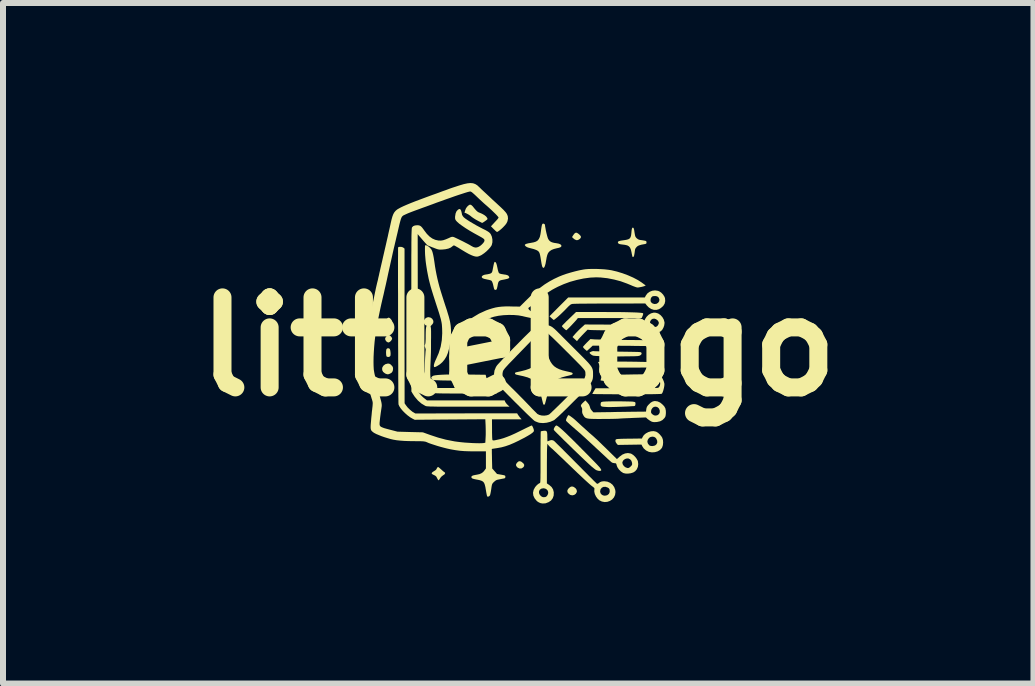
<source format=kicad_pcb>
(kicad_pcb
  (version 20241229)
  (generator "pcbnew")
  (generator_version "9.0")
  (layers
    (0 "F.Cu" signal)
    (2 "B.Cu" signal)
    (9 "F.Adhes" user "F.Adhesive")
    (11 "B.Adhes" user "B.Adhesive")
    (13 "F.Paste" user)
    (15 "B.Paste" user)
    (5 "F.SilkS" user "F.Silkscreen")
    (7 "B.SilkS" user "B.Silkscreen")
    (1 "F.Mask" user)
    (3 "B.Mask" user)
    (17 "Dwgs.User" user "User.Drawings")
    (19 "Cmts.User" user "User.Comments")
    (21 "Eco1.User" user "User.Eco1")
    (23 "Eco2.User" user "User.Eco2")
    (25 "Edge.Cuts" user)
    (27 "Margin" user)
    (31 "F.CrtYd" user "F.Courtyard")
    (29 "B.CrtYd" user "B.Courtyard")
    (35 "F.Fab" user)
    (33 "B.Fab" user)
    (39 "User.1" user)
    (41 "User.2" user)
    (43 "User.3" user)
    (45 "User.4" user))
  (footprint "littleLogo"
    (layer "F.Cu")
    (at 5.586 2.727)
    (property "Reference" "littleLogo" (at 0 0 0) (layer "F.SilkS") (effects (font (size 1.5 1.5) (thickness 0.3))))
    (attr board_only exclude_from_pos_files exclude_from_bom)
    (fp_poly (pts (xy 0.997 -1.886) (xy 1.022 -1.865) (xy 1.041 -1.843) (xy 1.045 -1.825) (xy 1.036 -1.807) (xy 1.023 -1.794) (xy 0.995 -1.777) (xy 0.967 -1.775) (xy 0.938 -1.789) (xy 0.924 -1.8) (xy 0.896 -1.826) (xy 0.913 -1.854) (xy 0.934 -1.883) (xy 0.953 -1.898) (xy 0.974 -1.899)) (stroke (width 0) (type solid)) (fill yes) (layer "F.SilkS"))
    (fp_poly (pts (xy 0.052 1.917) (xy 0.057 1.921) (xy 0.086 1.945) (xy 0.099 1.968) (xy 0.097 1.991) (xy 0.081 2.012) (xy 0.053 2.029) (xy 0.023 2.03) (xy -0.007 2.017) (xy -0.015 2.011) (xy -0.034 1.988) (xy -0.038 1.965) (xy -0.026 1.94) (xy -0.016 1.929) (xy 0.006 1.911) (xy 0.028 1.908)) (stroke (width 0) (type solid)) (fill yes) (layer "F.SilkS"))
    (fp_poly (pts (xy 0.92 2.335) (xy 0.929 2.34) (xy 0.955 2.359) (xy 0.972 2.384) (xy 0.977 2.41) (xy 0.975 2.423) (xy 0.958 2.452) (xy 0.932 2.47) (xy 0.901 2.477) (xy 0.869 2.471) (xy 0.843 2.454) (xy 0.822 2.429) (xy 0.817 2.402) (xy 0.828 2.375) (xy 0.846 2.354) (xy 0.872 2.335) (xy 0.895 2.329)) (stroke (width 0) (type solid)) (fill yes) (layer "F.SilkS"))
    (fp_poly (pts (xy -2.143 -0.478) (xy -2.126 -0.463) (xy -2.111 -0.443) (xy -2.102 -0.424) (xy -2.102 -0.419) (xy -2.109 -0.397) (xy -2.126 -0.38) (xy -2.15 -0.37) (xy -2.175 -0.369) (xy -2.198 -0.378) (xy -2.203 -0.383) (xy -2.217 -0.406) (xy -2.217 -0.432) (xy -2.203 -0.457) (xy -2.195 -0.464) (xy -2.177 -0.477) (xy -2.162 -0.484) (xy -2.159 -0.484)) (stroke (width 0) (type solid)) (fill yes) (layer "F.SilkS"))
    (fp_poly (pts (xy -2.146 0.033) (xy -2.14 0.04) (xy -2.133 0.061) (xy -2.129 0.089) (xy -2.127 0.119) (xy -2.129 0.144) (xy -2.132 0.155) (xy -2.147 0.168) (xy -2.168 0.172) (xy -2.188 0.167) (xy -2.194 0.163) (xy -2.199 0.149) (xy -2.202 0.126) (xy -2.203 0.098) (xy -2.202 0.07) (xy -2.198 0.047) (xy -2.195 0.039) (xy -2.182 0.028) (xy -2.163 0.026)) (stroke (width 0) (type solid)) (fill yes) (layer "F.SilkS"))
    (fp_poly (pts (xy -2.143 -0.189) (xy -2.125 -0.174) (xy -2.109 -0.155) (xy -2.102 -0.137) (xy -2.102 -0.135) (xy -2.108 -0.116) (xy -2.123 -0.095) (xy -2.143 -0.078) (xy -2.162 -0.07) (xy -2.164 -0.07) (xy -2.181 -0.076) (xy -2.199 -0.089) (xy -2.2 -0.089) (xy -2.216 -0.115) (xy -2.218 -0.141) (xy -2.204 -0.166) (xy -2.195 -0.175) (xy -2.177 -0.188) (xy -2.163 -0.195) (xy -2.16 -0.195)) (stroke (width 0) (type solid)) (fill yes) (layer "F.SilkS"))
    (fp_poly (pts (xy -2.148 0.284) (xy -2.128 0.295) (xy -2.114 0.309) (xy -2.096 0.329) (xy -2.088 0.348) (xy -2.086 0.37) (xy -2.092 0.406) (xy -2.11 0.433) (xy -2.138 0.45) (xy -2.164 0.459) (xy -2.186 0.459) (xy -2.211 0.45) (xy -2.223 0.443) (xy -2.252 0.42) (xy -2.267 0.391) (xy -2.268 0.358) (xy -2.263 0.341) (xy -2.243 0.312) (xy -2.213 0.291) (xy -2.177 0.282) (xy -2.17 0.281)) (stroke (width 0) (type solid)) (fill yes) (layer "F.SilkS"))
    (fp_poly (pts (xy 2.289 0.096) (xy 2.324 0.103) (xy 2.332 0.106) (xy 2.352 0.12) (xy 2.363 0.137) (xy 2.363 0.154) (xy 2.359 0.16) (xy 2.347 0.164) (xy 2.324 0.168) (xy 2.294 0.169) (xy 2.263 0.169) (xy 2.235 0.166) (xy 2.225 0.165) (xy 2.197 0.157) (xy 2.174 0.147) (xy 2.159 0.137) (xy 2.156 0.131) (xy 2.16 0.119) (xy 2.164 0.109) (xy 2.17 0.101) (xy 2.181 0.097) (xy 2.199 0.095) (xy 2.228 0.094) (xy 2.239 0.094)) (stroke (width 0) (type solid)) (fill yes) (layer "F.SilkS"))
    (fp_poly (pts (xy -1.325 2.011) (xy -1.308 2.025) (xy -1.284 2.046) (xy -1.261 2.067) (xy -1.241 2.084) (xy -1.228 2.093) (xy -1.226 2.094) (xy -1.22 2.1) (xy -1.219 2.109) (xy -1.226 2.124) (xy -1.247 2.14) (xy -1.252 2.142) (xy -1.285 2.169) (xy -1.303 2.194) (xy -1.315 2.213) (xy -1.326 2.225) (xy -1.329 2.227) (xy -1.336 2.22) (xy -1.346 2.203) (xy -1.352 2.191) (xy -1.365 2.166) (xy -1.383 2.15) (xy -1.402 2.14) (xy -1.423 2.13) (xy -1.438 2.12) (xy -1.442 2.117) (xy -1.441 2.104) (xy -1.427 2.088) (xy -1.401 2.072) (xy -1.398 2.07) (xy -1.378 2.057) (xy -1.365 2.044) (xy -1.364 2.041) (xy -1.355 2.024) (xy -1.348 2.013) (xy -1.342 2.006) (xy -1.335 2.005)) (stroke (width 0) (type solid)) (fill yes) (layer "F.SilkS"))
    (fp_poly (pts (xy 1.402 -0.578) (xy 1.532 -0.577) (xy 1.648 -0.577) (xy 1.749 -0.576) (xy 1.836 -0.574) (xy 1.909 -0.572) (xy 1.968 -0.57) (xy 2.014 -0.567) (xy 2.048 -0.564) (xy 2.069 -0.561) (xy 2.079 -0.557) (xy 2.082 -0.546) (xy 2.077 -0.526) (xy 2.072 -0.513) (xy 2.056 -0.477) (xy 1.525 -0.477) (xy 0.993 -0.477) (xy 0.978 -0.457) (xy 0.962 -0.438) (xy 0.94 -0.414) (xy 0.914 -0.386) (xy 0.887 -0.357) (xy 0.86 -0.329) (xy 0.836 -0.305) (xy 0.816 -0.286) (xy 0.804 -0.275) (xy 0.801 -0.274) (xy 0.791 -0.279) (xy 0.775 -0.292) (xy 0.76 -0.305) (xy 0.742 -0.323) (xy 0.73 -0.337) (xy 0.727 -0.343) (xy 0.732 -0.35) (xy 0.747 -0.367) (xy 0.77 -0.39) (xy 0.799 -0.42) (xy 0.834 -0.453) (xy 0.845 -0.464) (xy 0.963 -0.578)) (stroke (width 0) (type solid)) (fill yes) (layer "F.SilkS"))
    (fp_poly (pts (xy 1.81 0.249) (xy 1.892 0.25) (xy 1.973 0.251) (xy 2.052 0.253) (xy 2.127 0.254) (xy 2.195 0.257) (xy 2.257 0.259) (xy 2.309 0.262) (xy 2.352 0.265) (xy 2.382 0.268) (xy 2.399 0.271) (xy 2.401 0.272) (xy 2.412 0.29) (xy 2.413 0.312) (xy 2.406 0.332) (xy 2.402 0.336) (xy 2.396 0.338) (xy 2.384 0.34) (xy 2.364 0.342) (xy 2.335 0.343) (xy 2.297 0.345) (xy 2.248 0.346) (xy 2.187 0.346) (xy 2.113 0.347) (xy 2.026 0.348) (xy 1.939 0.348) (xy 1.855 0.348) (xy 1.773 0.348) (xy 1.697 0.348) (xy 1.626 0.348) (xy 1.564 0.348) (xy 1.511 0.347) (xy 1.47 0.346) (xy 1.441 0.345) (xy 1.43 0.345) (xy 1.371 0.34) (xy 1.35 0.297) (xy 1.329 0.254) (xy 1.573 0.25) (xy 1.649 0.249) (xy 1.728 0.249)) (stroke (width 0) (type solid)) (fill yes) (layer "F.SilkS"))
    (fp_poly (pts (xy 1.727 0.911) (xy 1.781 0.912) (xy 1.83 0.913) (xy 1.871 0.914) (xy 1.902 0.915) (xy 1.916 0.917) (xy 1.938 0.921) (xy 1.949 0.927) (xy 1.953 0.938) (xy 1.953 0.953) (xy 1.95 0.976) (xy 1.941 0.987) (xy 1.94 0.988) (xy 1.929 0.99) (xy 1.905 0.991) (xy 1.871 0.993) (xy 1.828 0.996) (xy 1.78 0.998) (xy 1.729 1) (xy 1.677 1.002) (xy 1.627 1.004) (xy 1.581 1.005) (xy 1.542 1.006) (xy 1.513 1.006) (xy 1.496 1.006) (xy 1.475 1.005) (xy 1.446 1.003) (xy 1.428 1.002) (xy 1.397 0.998) (xy 1.379 0.989) (xy 1.372 0.972) (xy 1.373 0.948) (xy 1.377 0.932) (xy 1.385 0.923) (xy 1.403 0.918) (xy 1.413 0.916) (xy 1.432 0.915) (xy 1.464 0.913) (xy 1.506 0.912) (xy 1.557 0.911) (xy 1.612 0.911) (xy 1.669 0.911)) (stroke (width 0) (type solid)) (fill yes) (layer "F.SilkS"))
    (fp_poly (pts (xy -0.876 0.464) (xy -0.848 0.464) (xy -0.543 0.468) (xy -0.534 0.506) (xy -0.528 0.53) (xy -0.522 0.55) (xy -0.52 0.556) (xy -0.52 0.559) (xy -0.523 0.562) (xy -0.531 0.564) (xy -0.546 0.566) (xy -0.569 0.567) (xy -0.602 0.567) (xy -0.645 0.568) (xy -0.702 0.568) (xy -0.771 0.568) (xy -0.845 0.568) (xy -0.926 0.567) (xy -1.008 0.566) (xy -1.088 0.565) (xy -1.161 0.564) (xy -1.222 0.563) (xy -1.225 0.563) (xy -1.286 0.562) (xy -1.333 0.56) (xy -1.368 0.559) (xy -1.393 0.557) (xy -1.411 0.555) (xy -1.422 0.553) (xy -1.43 0.549) (xy -1.435 0.544) (xy -1.439 0.54) (xy -1.449 0.523) (xy -1.448 0.509) (xy -1.434 0.495) (xy -1.428 0.49) (xy -1.41 0.482) (xy -1.378 0.476) (xy -1.331 0.471) (xy -1.27 0.467) (xy -1.194 0.464) (xy -1.103 0.463) (xy -0.997 0.463)) (stroke (width 0) (type solid)) (fill yes) (layer "F.SilkS"))
    (fp_poly (pts (xy -0.782 -2.36) (xy -0.759 -2.339) (xy -0.756 -2.335) (xy -0.727 -2.299) (xy -0.704 -2.273) (xy -0.685 -2.255) (xy -0.669 -2.243) (xy -0.652 -2.235) (xy -0.641 -2.231) (xy -0.602 -2.214) (xy -0.565 -2.193) (xy -0.537 -2.171) (xy -0.52 -2.149) (xy -0.513 -2.134) (xy -0.514 -2.124) (xy -0.525 -2.113) (xy -0.533 -2.107) (xy -0.565 -2.084) (xy -0.588 -2.069) (xy -0.6 -2.063) (xy -0.601 -2.063) (xy -0.61 -2.066) (xy -0.629 -2.076) (xy -0.655 -2.089) (xy -0.678 -2.101) (xy -0.712 -2.12) (xy -0.745 -2.141) (xy -0.771 -2.159) (xy -0.781 -2.167) (xy -0.802 -2.184) (xy -0.827 -2.201) (xy -0.853 -2.215) (xy -0.874 -2.226) (xy -0.889 -2.23) (xy -0.893 -2.229) (xy -0.895 -2.232) (xy -0.892 -2.245) (xy -0.887 -2.264) (xy -0.88 -2.284) (xy -0.873 -2.302) (xy -0.871 -2.305) (xy -0.854 -2.33) (xy -0.833 -2.351) (xy -0.812 -2.365) (xy -0.8 -2.367)) (stroke (width 0) (type solid)) (fill yes) (layer "F.SilkS"))
    (fp_poly (pts (xy 1.256 0.074) (xy 1.266 0.075) (xy 1.29 0.076) (xy 1.327 0.077) (xy 1.374 0.078) (xy 1.431 0.079) (xy 1.495 0.08) (xy 1.566 0.081) (xy 1.64 0.082) (xy 1.715 0.083) (xy 1.787 0.084) (xy 1.852 0.085) (xy 1.91 0.086) (xy 1.959 0.087) (xy 1.997 0.088) (xy 2.022 0.09) (xy 2.033 0.09) (xy 2.051 0.099) (xy 2.056 0.114) (xy 2.049 0.131) (xy 2.03 0.146) (xy 2.029 0.146) (xy 2.019 0.151) (xy 2.004 0.154) (xy 1.984 0.157) (xy 1.957 0.158) (xy 1.919 0.16) (xy 1.869 0.16) (xy 1.84 0.161) (xy 1.783 0.161) (xy 1.723 0.162) (xy 1.666 0.163) (xy 1.616 0.165) (xy 1.578 0.166) (xy 1.537 0.168) (xy 1.498 0.168) (xy 1.466 0.166) (xy 1.445 0.164) (xy 1.421 0.161) (xy 1.388 0.158) (xy 1.35 0.156) (xy 1.337 0.156) (xy 1.302 0.155) (xy 1.271 0.152) (xy 1.249 0.149) (xy 1.243 0.147) (xy 1.225 0.138) (xy 1.206 0.124) (xy 1.192 0.11) (xy 1.188 0.101) (xy 1.194 0.093) (xy 1.21 0.085) (xy 1.23 0.077) (xy 1.248 0.073)) (stroke (width 0) (type solid)) (fill yes) (layer "F.SilkS"))
    (fp_poly (pts (xy 0.645 1.316) (xy 0.66 1.325) (xy 0.682 1.341) (xy 0.71 1.365) (xy 0.746 1.397) (xy 0.789 1.437) (xy 0.84 1.487) (xy 0.901 1.546) (xy 0.971 1.616) (xy 1.051 1.696) (xy 1.055 1.701) (xy 1.124 1.77) (xy 1.183 1.83) (xy 1.232 1.88) (xy 1.273 1.922) (xy 1.306 1.956) (xy 1.331 1.983) (xy 1.351 2.005) (xy 1.365 2.023) (xy 1.374 2.036) (xy 1.38 2.046) (xy 1.382 2.053) (xy 1.383 2.058) (xy 1.376 2.067) (xy 1.359 2.07) (xy 1.336 2.068) (xy 1.31 2.061) (xy 1.295 2.054) (xy 1.28 2.044) (xy 1.256 2.025) (xy 1.225 2) (xy 1.192 1.97) (xy 1.17 1.95) (xy 1.141 1.923) (xy 1.105 1.889) (xy 1.064 1.85) (xy 1.017 1.805) (xy 0.968 1.758) (xy 0.917 1.709) (xy 0.866 1.659) (xy 0.816 1.61) (xy 0.767 1.563) (xy 0.723 1.519) (xy 0.683 1.479) (xy 0.649 1.446) (xy 0.622 1.419) (xy 0.605 1.401) (xy 0.597 1.392) (xy 0.591 1.381) (xy 0.593 1.368) (xy 0.601 1.349) (xy 0.604 1.345) (xy 0.617 1.325) (xy 0.63 1.314) (xy 0.634 1.313)) (stroke (width 0) (type solid)) (fill yes) (layer "F.SilkS"))
    (fp_poly (pts (xy 1.263 -0.122) (xy 1.282 -0.121) (xy 1.314 -0.12) (xy 1.36 -0.119) (xy 1.416 -0.118) (xy 1.482 -0.116) (xy 1.555 -0.115) (xy 1.636 -0.114) (xy 1.721 -0.113) (xy 1.809 -0.112) (xy 1.824 -0.112) (xy 1.93 -0.111) (xy 2.021 -0.11) (xy 2.099 -0.109) (xy 2.163 -0.108) (xy 2.217 -0.107) (xy 2.259 -0.105) (xy 2.292 -0.104) (xy 2.316 -0.102) (xy 2.333 -0.1) (xy 2.342 -0.098) (xy 2.345 -0.097) (xy 2.365 -0.083) (xy 2.386 -0.062) (xy 2.403 -0.04) (xy 2.413 -0.021) (xy 2.414 -0.015) (xy 2.413 -0.008) (xy 2.408 -0.003) (xy 2.396 -0.002) (xy 2.374 -0.002) (xy 2.346 -0.003) (xy 2.306 -0.005) (xy 2.252 -0.007) (xy 2.186 -0.009) (xy 2.11 -0.011) (xy 2.025 -0.012) (xy 1.934 -0.013) (xy 1.837 -0.015) (xy 1.737 -0.015) (xy 1.635 -0.016) (xy 1.544 -0.016) (xy 1.24 -0.017) (xy 1.193 0.027) (xy 1.171 0.047) (xy 1.154 0.062) (xy 1.144 0.07) (xy 1.143 0.07) (xy 1.137 0.066) (xy 1.122 0.053) (xy 1.109 0.042) (xy 1.092 0.025) (xy 1.081 0.01) (xy 1.078 0.005) (xy 1.083 -0.004) (xy 1.098 -0.021) (xy 1.119 -0.044) (xy 1.14 -0.066) (xy 1.202 -0.127)) (stroke (width 0) (type solid)) (fill yes) (layer "F.SilkS"))
    (fp_poly (pts (xy 2.297 1.416) (xy 2.299 1.417) (xy 2.329 1.435) (xy 2.359 1.463) (xy 2.386 1.496) (xy 2.399 1.517) (xy 2.411 1.554) (xy 2.414 1.596) (xy 2.41 1.64) (xy 2.398 1.677) (xy 2.391 1.69) (xy 2.361 1.722) (xy 2.321 1.745) (xy 2.275 1.758) (xy 2.226 1.761) (xy 2.179 1.753) (xy 2.173 1.751) (xy 2.129 1.729) (xy 2.091 1.696) (xy 2.066 1.658) (xy 2.053 1.631) (xy 1.856 1.634) (xy 1.659 1.637) (xy 1.638 1.613) (xy 1.621 1.586) (xy 1.621 1.585) (xy 2.151 1.585) (xy 2.161 1.616) (xy 2.184 1.644) (xy 2.187 1.646) (xy 2.207 1.654) (xy 2.234 1.656) (xy 2.263 1.651) (xy 2.281 1.645) (xy 2.304 1.625) (xy 2.316 1.598) (xy 2.315 1.568) (xy 2.302 1.536) (xy 2.288 1.518) (xy 2.264 1.503) (xy 2.234 1.499) (xy 2.204 1.505) (xy 2.178 1.521) (xy 2.178 1.522) (xy 2.157 1.553) (xy 2.151 1.585) (xy 1.621 1.585) (xy 1.619 1.56) (xy 1.625 1.547) (xy 1.629 1.544) (xy 1.639 1.541) (xy 1.655 1.538) (xy 1.68 1.537) (xy 1.714 1.535) (xy 1.761 1.534) (xy 1.82 1.533) (xy 1.847 1.533) (xy 2.061 1.53) (xy 2.071 1.507) (xy 2.093 1.473) (xy 2.126 1.445) (xy 2.167 1.423) (xy 2.211 1.41) (xy 2.256 1.407)) (stroke (width 0) (type solid)) (fill yes) (layer "F.SilkS"))
    (fp_poly (pts (xy -0.378 -1.408) (xy -0.367 -1.39) (xy -0.357 -1.359) (xy -0.348 -1.317) (xy -0.341 -1.283) (xy -0.333 -1.254) (xy -0.325 -1.233) (xy -0.322 -1.228) (xy -0.308 -1.218) (xy -0.283 -1.211) (xy -0.245 -1.205) (xy -0.242 -1.204) (xy -0.206 -1.199) (xy -0.183 -1.192) (xy -0.168 -1.185) (xy -0.162 -1.179) (xy -0.151 -1.162) (xy -0.15 -1.15) (xy -0.161 -1.139) (xy -0.184 -1.13) (xy -0.221 -1.122) (xy -0.239 -1.118) (xy -0.278 -1.111) (xy -0.304 -1.103) (xy -0.321 -1.091) (xy -0.332 -1.073) (xy -0.34 -1.045) (xy -0.345 -1.014) (xy -0.351 -0.987) (xy -0.357 -0.965) (xy -0.361 -0.955) (xy -0.376 -0.946) (xy -0.391 -0.948) (xy -0.401 -0.959) (xy -0.401 -0.959) (xy -0.405 -0.973) (xy -0.411 -0.997) (xy -0.418 -1.027) (xy -0.418 -1.029) (xy -0.426 -1.058) (xy -0.436 -1.083) (xy -0.445 -1.097) (xy -0.445 -1.098) (xy -0.459 -1.105) (xy -0.485 -1.113) (xy -0.516 -1.119) (xy -0.524 -1.121) (xy -0.566 -1.13) (xy -0.593 -1.14) (xy -0.607 -1.154) (xy -0.609 -1.165) (xy -0.602 -1.178) (xy -0.585 -1.19) (xy -0.561 -1.199) (xy -0.556 -1.2) (xy -0.511 -1.207) (xy -0.479 -1.214) (xy -0.457 -1.222) (xy -0.443 -1.233) (xy -0.434 -1.25) (xy -0.428 -1.274) (xy -0.422 -1.306) (xy -0.412 -1.356) (xy -0.404 -1.391) (xy -0.396 -1.41) (xy -0.391 -1.414)) (stroke (width 0) (type solid)) (fill yes) (layer "F.SilkS"))
    (fp_poly (pts (xy 1.916 -1.982) (xy 1.924 -1.972) (xy 1.931 -1.946) (xy 1.937 -1.905) (xy 1.943 -1.87) (xy 1.948 -1.846) (xy 1.955 -1.829) (xy 1.965 -1.816) (xy 1.972 -1.808) (xy 1.997 -1.789) (xy 2.026 -1.779) (xy 2.036 -1.778) (xy 2.077 -1.772) (xy 2.105 -1.767) (xy 2.123 -1.763) (xy 2.132 -1.757) (xy 2.136 -1.749) (xy 2.137 -1.739) (xy 2.137 -1.738) (xy 2.136 -1.724) (xy 2.129 -1.716) (xy 2.114 -1.711) (xy 2.098 -1.708) (xy 2.054 -1.7) (xy 2.022 -1.691) (xy 1.999 -1.682) (xy 1.981 -1.67) (xy 1.972 -1.661) (xy 1.956 -1.642) (xy 1.947 -1.622) (xy 1.942 -1.593) (xy 1.942 -1.59) (xy 1.938 -1.56) (xy 1.933 -1.533) (xy 1.931 -1.52) (xy 1.923 -1.501) (xy 1.913 -1.493) (xy 1.904 -1.498) (xy 1.903 -1.499) (xy 1.9 -1.51) (xy 1.895 -1.532) (xy 1.889 -1.561) (xy 1.888 -1.569) (xy 1.877 -1.616) (xy 1.863 -1.65) (xy 1.843 -1.673) (xy 1.816 -1.688) (xy 1.778 -1.697) (xy 1.762 -1.699) (xy 1.723 -1.704) (xy 1.696 -1.708) (xy 1.679 -1.713) (xy 1.669 -1.72) (xy 1.663 -1.728) (xy 1.659 -1.742) (xy 1.665 -1.752) (xy 1.681 -1.76) (xy 1.71 -1.767) (xy 1.75 -1.773) (xy 1.797 -1.78) (xy 1.832 -1.789) (xy 1.856 -1.803) (xy 1.871 -1.824) (xy 1.88 -1.854) (xy 1.885 -1.896) (xy 1.886 -1.91) (xy 1.89 -1.947) (xy 1.895 -1.97) (xy 1.902 -1.982) (xy 1.912 -1.984)) (stroke (width 0) (type solid)) (fill yes) (layer "F.SilkS"))
    (fp_poly (pts (xy 2.326 -0.931) (xy 2.348 -0.923) (xy 2.382 -0.901) (xy 2.413 -0.869) (xy 2.436 -0.833) (xy 2.445 -0.809) (xy 2.449 -0.761) (xy 2.439 -0.717) (xy 2.415 -0.678) (xy 2.376 -0.644) (xy 2.345 -0.625) (xy 2.303 -0.613) (xy 2.259 -0.614) (xy 2.215 -0.628) (xy 2.175 -0.654) (xy 2.143 -0.686) (xy 2.117 -0.72) (xy 1.533 -0.719) (xy 1.438 -0.719) (xy 1.347 -0.719) (xy 1.26 -0.718) (xy 1.181 -0.718) (xy 1.108 -0.717) (xy 1.045 -0.717) (xy 0.993 -0.716) (xy 0.952 -0.715) (xy 0.924 -0.714) (xy 0.911 -0.714) (xy 0.895 -0.711) (xy 0.882 -0.707) (xy 0.869 -0.7) (xy 0.854 -0.687) (xy 0.833 -0.668) (xy 0.806 -0.64) (xy 0.786 -0.619) (xy 0.754 -0.587) (xy 0.72 -0.554) (xy 0.687 -0.523) (xy 0.655 -0.494) (xy 0.627 -0.471) (xy 0.606 -0.454) (xy 0.593 -0.446) (xy 0.591 -0.445) (xy 0.584 -0.45) (xy 0.569 -0.463) (xy 0.554 -0.476) (xy 0.52 -0.507) (xy 0.676 -0.664) (xy 0.783 -0.771) (xy 2.204 -0.771) (xy 2.209 -0.747) (xy 2.213 -0.741) (xy 2.238 -0.72) (xy 2.269 -0.711) (xy 2.301 -0.714) (xy 2.329 -0.73) (xy 2.33 -0.731) (xy 2.348 -0.757) (xy 2.352 -0.785) (xy 2.342 -0.813) (xy 2.333 -0.825) (xy 2.316 -0.837) (xy 2.295 -0.843) (xy 2.274 -0.844) (xy 2.249 -0.842) (xy 2.233 -0.837) (xy 2.22 -0.824) (xy 2.219 -0.823) (xy 2.207 -0.799) (xy 2.204 -0.771) (xy 0.783 -0.771) (xy 0.832 -0.82) (xy 1.471 -0.82) (xy 2.109 -0.82) (xy 2.125 -0.851) (xy 2.152 -0.888) (xy 2.189 -0.915) (xy 2.232 -0.932) (xy 2.279 -0.938)) (stroke (width 0) (type solid)) (fill yes) (layer "F.SilkS"))
    (fp_poly (pts (xy 0.429 -2.047) (xy 0.442 -2.038) (xy 0.445 -2.032) (xy 0.447 -2.009) (xy 0.453 -1.976) (xy 0.46 -1.936) (xy 0.469 -1.895) (xy 0.479 -1.855) (xy 0.488 -1.823) (xy 0.496 -1.801) (xy 0.496 -1.8) (xy 0.513 -1.773) (xy 0.533 -1.754) (xy 0.56 -1.74) (xy 0.597 -1.73) (xy 0.632 -1.725) (xy 0.674 -1.717) (xy 0.701 -1.706) (xy 0.716 -1.692) (xy 0.719 -1.679) (xy 0.715 -1.667) (xy 0.704 -1.658) (xy 0.681 -1.649) (xy 0.646 -1.641) (xy 0.645 -1.641) (xy 0.594 -1.628) (xy 0.556 -1.613) (xy 0.526 -1.593) (xy 0.521 -1.588) (xy 0.504 -1.57) (xy 0.492 -1.55) (xy 0.482 -1.523) (xy 0.473 -1.488) (xy 0.465 -1.44) (xy 0.464 -1.437) (xy 0.455 -1.384) (xy 0.444 -1.346) (xy 0.433 -1.322) (xy 0.421 -1.313) (xy 0.419 -1.313) (xy 0.409 -1.319) (xy 0.4 -1.334) (xy 0.395 -1.351) (xy 0.389 -1.379) (xy 0.383 -1.413) (xy 0.379 -1.438) (xy 0.371 -1.488) (xy 0.364 -1.525) (xy 0.357 -1.552) (xy 0.349 -1.571) (xy 0.34 -1.584) (xy 0.328 -1.596) (xy 0.326 -1.597) (xy 0.305 -1.609) (xy 0.275 -1.621) (xy 0.25 -1.629) (xy 0.218 -1.637) (xy 0.188 -1.645) (xy 0.169 -1.65) (xy 0.145 -1.659) (xy 0.124 -1.673) (xy 0.111 -1.688) (xy 0.109 -1.695) (xy 0.116 -1.705) (xy 0.135 -1.714) (xy 0.169 -1.723) (xy 0.211 -1.73) (xy 0.258 -1.739) (xy 0.295 -1.751) (xy 0.323 -1.769) (xy 0.343 -1.794) (xy 0.359 -1.828) (xy 0.37 -1.874) (xy 0.379 -1.933) (xy 0.379 -1.938) (xy 0.386 -1.985) (xy 0.392 -2.019) (xy 0.399 -2.04) (xy 0.408 -2.05) (xy 0.419 -2.051)) (stroke (width 0) (type solid)) (fill yes) (layer "F.SilkS"))
    (fp_poly (pts (xy 0.442 -0.071) (xy 0.448 -0.053) (xy 0.453 -0.033) (xy 0.472 0.057) (xy 0.492 0.133) (xy 0.513 0.196) (xy 0.536 0.248) (xy 0.564 0.29) (xy 0.597 0.325) (xy 0.636 0.352) (xy 0.682 0.375) (xy 0.737 0.394) (xy 0.802 0.41) (xy 0.806 0.411) (xy 0.847 0.42) (xy 0.874 0.427) (xy 0.892 0.432) (xy 0.901 0.437) (xy 0.905 0.442) (xy 0.906 0.448) (xy 0.906 0.45) (xy 0.904 0.458) (xy 0.894 0.466) (xy 0.875 0.473) (xy 0.845 0.481) (xy 0.802 0.491) (xy 0.797 0.492) (xy 0.727 0.511) (xy 0.668 0.535) (xy 0.619 0.565) (xy 0.578 0.604) (xy 0.544 0.652) (xy 0.515 0.712) (xy 0.49 0.785) (xy 0.474 0.845) (xy 0.464 0.884) (xy 0.455 0.918) (xy 0.448 0.944) (xy 0.443 0.958) (xy 0.442 0.96) (xy 0.431 0.968) (xy 0.419 0.963) (xy 0.418 0.961) (xy 0.414 0.951) (xy 0.408 0.928) (xy 0.4 0.896) (xy 0.391 0.858) (xy 0.386 0.838) (xy 0.365 0.758) (xy 0.343 0.692) (xy 0.318 0.638) (xy 0.288 0.595) (xy 0.251 0.56) (xy 0.207 0.533) (xy 0.154 0.511) (xy 0.09 0.493) (xy 0.068 0.488) (xy 0.031 0.48) (xy -0.001 0.473) (xy -0.026 0.467) (xy -0.037 0.465) (xy -0.052 0.455) (xy -0.055 0.445) (xy -0.048 0.431) (xy -0.037 0.427) (xy 0.05 0.408) (xy 0.123 0.389) (xy 0.183 0.368) (xy 0.233 0.344) (xy 0.273 0.315) (xy 0.306 0.28) (xy 0.332 0.238) (xy 0.354 0.187) (xy 0.373 0.126) (xy 0.388 0.065) (xy 0.401 0.008) (xy 0.412 -0.033) (xy 0.422 -0.061) (xy 0.431 -0.075) (xy 0.437 -0.078)) (stroke (width 0) (type solid)) (fill yes) (layer "F.SilkS"))
    (fp_poly (pts (xy -1.52 -1.684) (xy -1.497 -1.67) (xy -1.478 -1.654) (xy -1.461 -1.636) (xy -1.447 -1.618) (xy -1.436 -1.596) (xy -1.427 -1.568) (xy -1.418 -1.532) (xy -1.409 -1.486) (xy -1.4 -1.428) (xy -1.398 -1.415) (xy -1.387 -1.338) (xy -1.375 -1.268) (xy -1.362 -1.201) (xy -1.348 -1.136) (xy -1.332 -1.07) (xy -1.314 -1.001) (xy -1.292 -0.926) (xy -1.266 -0.843) (xy -1.236 -0.749) (xy -1.215 -0.684) (xy -1.191 -0.612) (xy -1.173 -0.552) (xy -1.158 -0.503) (xy -1.147 -0.461) (xy -1.138 -0.424) (xy -1.132 -0.39) (xy -1.127 -0.357) (xy -1.125 -0.34) (xy -1.12 -0.271) (xy -1.122 -0.194) (xy -1.128 -0.115) (xy -1.14 -0.035) (xy -1.155 0.04) (xy -1.174 0.107) (xy -1.196 0.161) (xy -1.227 0.212) (xy -1.266 0.259) (xy -1.309 0.296) (xy -1.317 0.301) (xy -1.354 0.324) (xy -1.381 0.337) (xy -1.398 0.34) (xy -1.402 0.338) (xy -1.407 0.322) (xy -1.404 0.296) (xy -1.393 0.26) (xy -1.375 0.218) (xy -1.372 0.213) (xy -1.326 0.107) (xy -1.293 0.001) (xy -1.274 -0.109) (xy -1.267 -0.224) (xy -1.268 -0.273) (xy -1.269 -0.309) (xy -1.271 -0.339) (xy -1.273 -0.368) (xy -1.277 -0.396) (xy -1.283 -0.426) (xy -1.29 -0.458) (xy -1.301 -0.496) (xy -1.314 -0.541) (xy -1.331 -0.595) (xy -1.352 -0.659) (xy -1.377 -0.736) (xy -1.383 -0.755) (xy -1.413 -0.848) (xy -1.438 -0.929) (xy -1.46 -1.002) (xy -1.477 -1.068) (xy -1.493 -1.132) (xy -1.506 -1.197) (xy -1.519 -1.264) (xy -1.531 -1.338) (xy -1.539 -1.393) (xy -1.544 -1.433) (xy -1.548 -1.478) (xy -1.552 -1.525) (xy -1.554 -1.571) (xy -1.555 -1.613) (xy -1.555 -1.649) (xy -1.554 -1.675) (xy -1.551 -1.689) (xy -1.55 -1.69) (xy -1.539 -1.691)) (stroke (width 0) (type solid)) (fill yes) (layer "F.SilkS"))
    (fp_poly (pts (xy 2.29 -0.566) (xy 2.332 -0.553) (xy 2.37 -0.527) (xy 2.402 -0.492) (xy 2.425 -0.451) (xy 2.437 -0.406) (xy 2.437 -0.391) (xy 2.432 -0.354) (xy 2.419 -0.317) (xy 2.4 -0.283) (xy 2.377 -0.259) (xy 2.377 -0.259) (xy 2.328 -0.232) (xy 2.278 -0.22) (xy 2.226 -0.224) (xy 2.172 -0.243) (xy 2.167 -0.245) (xy 2.113 -0.272) (xy 1.676 -0.273) (xy 1.593 -0.273) (xy 1.514 -0.273) (xy 1.44 -0.274) (xy 1.373 -0.274) (xy 1.315 -0.275) (xy 1.266 -0.276) (xy 1.229 -0.277) (xy 1.204 -0.278) (xy 1.197 -0.278) (xy 1.155 -0.283) (xy 1.091 -0.218) (xy 1.062 -0.188) (xy 1.036 -0.16) (xy 1.014 -0.136) (xy 1.002 -0.122) (xy 0.978 -0.092) (xy 0.941 -0.127) (xy 0.904 -0.161) (xy 0.946 -0.211) (xy 0.972 -0.239) (xy 1.003 -0.271) (xy 1.036 -0.303) (xy 1.049 -0.315) (xy 1.11 -0.37) (xy 1.573 -0.368) (xy 1.657 -0.368) (xy 1.738 -0.368) (xy 1.813 -0.368) (xy 1.881 -0.368) (xy 1.94 -0.368) (xy 1.99 -0.369) (xy 2.028 -0.37) (xy 2.053 -0.37) (xy 2.064 -0.371) (xy 2.082 -0.376) (xy 2.092 -0.386) (xy 2.094 -0.394) (xy 2.196 -0.394) (xy 2.207 -0.36) (xy 2.211 -0.354) (xy 2.222 -0.338) (xy 2.234 -0.331) (xy 2.254 -0.328) (xy 2.265 -0.328) (xy 2.29 -0.33) (xy 2.307 -0.336) (xy 2.321 -0.349) (xy 2.324 -0.352) (xy 2.34 -0.38) (xy 2.342 -0.405) (xy 2.328 -0.432) (xy 2.322 -0.438) (xy 2.295 -0.459) (xy 2.265 -0.468) (xy 2.236 -0.463) (xy 2.217 -0.45) (xy 2.199 -0.425) (xy 2.196 -0.394) (xy 2.094 -0.394) (xy 2.097 -0.405) (xy 2.097 -0.408) (xy 2.111 -0.456) (xy 2.137 -0.497) (xy 2.171 -0.531) (xy 2.211 -0.555) (xy 2.255 -0.567)) (stroke (width 0) (type solid)) (fill yes) (layer "F.SilkS"))
    (fp_poly (pts (xy 0.842 1.142) (xy 0.86 1.152) (xy 0.885 1.17) (xy 0.916 1.193) (xy 0.95 1.222) (xy 0.973 1.243) (xy 1.052 1.316) (xy 1.122 1.379) (xy 1.18 1.432) (xy 1.229 1.474) (xy 1.243 1.486) (xy 1.262 1.503) (xy 1.289 1.528) (xy 1.325 1.561) (xy 1.365 1.6) (xy 1.409 1.643) (xy 1.455 1.687) (xy 1.469 1.701) (xy 1.644 1.873) (xy 1.688 1.833) (xy 1.733 1.799) (xy 1.78 1.779) (xy 1.827 1.772) (xy 1.872 1.78) (xy 1.887 1.786) (xy 1.916 1.805) (xy 1.946 1.833) (xy 1.971 1.865) (xy 1.989 1.897) (xy 1.993 1.907) (xy 1.999 1.956) (xy 1.993 2.003) (xy 1.975 2.044) (xy 1.947 2.076) (xy 1.916 2.096) (xy 1.874 2.109) (xy 1.829 2.115) (xy 1.786 2.114) (xy 1.75 2.105) (xy 1.746 2.103) (xy 1.71 2.079) (xy 1.677 2.046) (xy 1.652 2.009) (xy 1.641 1.98) (xy 1.635 1.957) (xy 1.629 1.946) (xy 1.618 1.942) (xy 1.603 1.941) (xy 1.573 1.936) (xy 1.57 1.934) (xy 1.734 1.934) (xy 1.742 1.963) (xy 1.761 1.99) (xy 1.788 2.011) (xy 1.792 2.012) (xy 1.82 2.022) (xy 1.841 2.02) (xy 1.861 2.007) (xy 1.873 1.996) (xy 1.89 1.978) (xy 1.897 1.963) (xy 1.897 1.945) (xy 1.896 1.935) (xy 1.885 1.901) (xy 1.864 1.877) (xy 1.836 1.863) (xy 1.811 1.862) (xy 1.779 1.872) (xy 1.753 1.891) (xy 1.738 1.916) (xy 1.734 1.934) (xy 1.57 1.934) (xy 1.553 1.925) (xy 1.543 1.916) (xy 1.523 1.898) (xy 1.494 1.872) (xy 1.458 1.838) (xy 1.416 1.799) (xy 1.37 1.756) (xy 1.32 1.71) (xy 1.311 1.702) (xy 1.259 1.653) (xy 1.207 1.605) (xy 1.158 1.56) (xy 1.114 1.519) (xy 1.075 1.484) (xy 1.045 1.456) (xy 1.024 1.438) (xy 1.024 1.438) (xy 0.96 1.383) (xy 0.906 1.336) (xy 0.862 1.297) (xy 0.829 1.267) (xy 0.807 1.246) (xy 0.797 1.234) (xy 0.796 1.233) (xy 0.796 1.22) (xy 0.803 1.198) (xy 0.814 1.173) (xy 0.828 1.148) (xy 0.833 1.142)) (stroke (width 0) (type solid)) (fill yes) (layer "F.SilkS"))
    (fp_poly (pts (xy 2.276 0.458) (xy 2.301 0.459) (xy 2.32 0.46) (xy 2.334 0.461) (xy 2.344 0.463) (xy 2.351 0.465) (xy 2.356 0.467) (xy 2.361 0.47) (xy 2.363 0.472) (xy 2.377 0.486) (xy 2.393 0.512) (xy 2.41 0.543) (xy 2.424 0.576) (xy 2.433 0.607) (xy 2.435 0.618) (xy 2.435 0.639) (xy 2.431 0.669) (xy 2.424 0.702) (xy 2.415 0.735) (xy 2.405 0.762) (xy 2.395 0.78) (xy 2.393 0.783) (xy 2.387 0.785) (xy 2.376 0.787) (xy 2.358 0.788) (xy 2.331 0.789) (xy 2.296 0.79) (xy 2.25 0.791) (xy 2.195 0.792) (xy 2.127 0.792) (xy 2.047 0.793) (xy 1.953 0.793) (xy 1.845 0.793) (xy 1.808 0.793) (xy 1.714 0.793) (xy 1.626 0.793) (xy 1.544 0.792) (xy 1.468 0.792) (xy 1.401 0.791) (xy 1.344 0.791) (xy 1.297 0.79) (xy 1.263 0.789) (xy 1.241 0.788) (xy 1.234 0.788) (xy 1.238 0.779) (xy 1.248 0.76) (xy 1.261 0.738) (xy 1.288 0.693) (xy 1.808 0.692) (xy 1.911 0.692) (xy 1.999 0.692) (xy 2.074 0.692) (xy 2.137 0.691) (xy 2.188 0.691) (xy 2.23 0.69) (xy 2.263 0.689) (xy 2.288 0.688) (xy 2.307 0.687) (xy 2.321 0.686) (xy 2.33 0.684) (xy 2.336 0.681) (xy 2.341 0.678) (xy 2.344 0.675) (xy 2.344 0.675) (xy 2.356 0.656) (xy 2.364 0.63) (xy 2.365 0.604) (xy 2.36 0.586) (xy 2.357 0.584) (xy 2.35 0.581) (xy 2.338 0.58) (xy 2.321 0.578) (xy 2.296 0.577) (xy 2.264 0.576) (xy 2.222 0.575) (xy 2.17 0.574) (xy 2.106 0.574) (xy 2.03 0.573) (xy 1.94 0.573) (xy 1.859 0.572) (xy 1.759 0.572) (xy 1.673 0.571) (xy 1.601 0.571) (xy 1.541 0.57) (xy 1.493 0.57) (xy 1.454 0.569) (xy 1.424 0.568) (xy 1.402 0.567) (xy 1.387 0.565) (xy 1.378 0.563) (xy 1.373 0.561) (xy 1.371 0.559) (xy 1.372 0.557) (xy 1.377 0.541) (xy 1.383 0.517) (xy 1.385 0.507) (xy 1.393 0.471) (xy 1.824 0.464) (xy 1.926 0.462) (xy 2.014 0.461) (xy 2.088 0.46) (xy 2.15 0.459) (xy 2.202 0.458) (xy 2.243 0.458)) (stroke (width 0) (type solid)) (fill yes) (layer "F.SilkS"))
    (fp_poly (pts (xy -1.465 -0.486) (xy -1.437 -0.468) (xy -1.419 -0.442) (xy -1.414 -0.415) (xy -1.418 -0.394) (xy -1.431 -0.374) (xy -1.442 -0.363) (xy -1.457 -0.346) (xy -1.462 -0.334) (xy -1.46 -0.332) (xy -1.457 -0.321) (xy -1.454 -0.296) (xy -1.453 -0.255) (xy -1.453 -0.2) (xy -1.453 -0.196) (xy -1.453 -0.149) (xy -1.454 -0.103) (xy -1.454 -0.062) (xy -1.454 -0.031) (xy -1.454 -0.02) (xy -1.454 0.032) (xy -1.455 0.098) (xy -1.458 0.178) (xy -1.462 0.272) (xy -1.464 0.313) (xy -1.467 0.396) (xy -1.466 0.468) (xy -1.462 0.527) (xy -1.455 0.574) (xy -1.444 0.606) (xy -1.439 0.616) (xy -1.422 0.634) (xy -1.399 0.654) (xy -1.385 0.663) (xy -1.349 0.688) (xy -0.886 0.688) (xy -0.422 0.688) (xy -0.411 0.71) (xy -0.398 0.731) (xy -0.381 0.754) (xy -0.379 0.757) (xy -0.358 0.781) (xy -0.872 0.781) (xy -0.979 0.781) (xy -1.07 0.781) (xy -1.148 0.78) (xy -1.214 0.78) (xy -1.268 0.779) (xy -1.312 0.778) (xy -1.346 0.777) (xy -1.373 0.776) (xy -1.391 0.774) (xy -1.404 0.772) (xy -1.411 0.77) (xy -1.44 0.75) (xy -1.466 0.717) (xy -1.487 0.674) (xy -1.489 0.668) (xy -1.499 0.642) (xy -1.511 0.621) (xy -1.516 0.613) (xy -1.533 0.589) (xy -1.548 0.556) (xy -1.56 0.522) (xy -1.564 0.494) (xy -1.564 0.493) (xy -1.564 0.466) (xy -1.563 0.428) (xy -1.561 0.384) (xy -1.559 0.334) (xy -1.557 0.282) (xy -1.554 0.231) (xy -1.552 0.182) (xy -1.549 0.138) (xy -1.547 0.101) (xy -1.545 0.075) (xy -1.543 0.061) (xy -1.543 0.06) (xy -1.542 0.044) (xy -1.549 0.021) (xy -1.551 0.015) (xy -1.56 -0.006) (xy -1.561 -0.02) (xy -1.555 -0.032) (xy -1.554 -0.034) (xy -1.55 -0.045) (xy -1.547 -0.063) (xy -1.545 -0.09) (xy -1.543 -0.13) (xy -1.543 -0.182) (xy -1.543 -0.184) (xy -1.542 -0.244) (xy -1.54 -0.29) (xy -1.536 -0.32) (xy -1.533 -0.334) (xy -1.527 -0.348) (xy -1.531 -0.352) (xy -1.547 -0.358) (xy -1.562 -0.375) (xy -1.574 -0.396) (xy -1.578 -0.415) (xy -1.571 -0.44) (xy -1.554 -0.465) (xy -1.53 -0.483) (xy -1.504 -0.492) (xy -1.5 -0.492)) (stroke (width 0) (type solid)) (fill yes) (layer "F.SilkS"))
    (fp_poly (pts (xy 1.153 0.932) (xy 1.178 0.964) (xy 1.191 0.993) (xy 1.193 1.002) (xy 1.205 1.037) (xy 1.225 1.064) (xy 1.252 1.094) (xy 1.468 1.091) (xy 2.212 1.091) (xy 2.217 1.107) (xy 2.232 1.124) (xy 2.233 1.125) (xy 2.262 1.144) (xy 2.294 1.148) (xy 2.323 1.14) (xy 2.345 1.122) (xy 2.357 1.096) (xy 2.358 1.066) (xy 2.348 1.037) (xy 2.339 1.024) (xy 2.315 1.005) (xy 2.287 0.999) (xy 2.259 1.004) (xy 2.236 1.021) (xy 2.219 1.047) (xy 2.214 1.068) (xy 2.212 1.091) (xy 1.468 1.091) (xy 1.546 1.09) (xy 1.62 1.088) (xy 1.696 1.087) (xy 1.77 1.086) (xy 1.84 1.085) (xy 1.903 1.084) (xy 1.955 1.084) (xy 1.984 1.083) (xy 2.129 1.082) (xy 2.131 1.059) (xy 2.136 1.026) (xy 2.144 1.002) (xy 2.16 0.979) (xy 2.174 0.964) (xy 2.205 0.934) (xy 2.234 0.916) (xy 2.263 0.907) (xy 2.281 0.906) (xy 2.323 0.912) (xy 2.364 0.931) (xy 2.398 0.958) (xy 2.431 0.992) (xy 2.451 1.027) (xy 2.459 1.067) (xy 2.46 1.106) (xy 2.457 1.138) (xy 2.453 1.16) (xy 2.444 1.178) (xy 2.433 1.193) (xy 2.402 1.223) (xy 2.364 1.243) (xy 2.316 1.254) (xy 2.294 1.256) (xy 2.262 1.257) (xy 2.24 1.254) (xy 2.221 1.248) (xy 2.203 1.238) (xy 2.178 1.222) (xy 2.155 1.205) (xy 2.148 1.198) (xy 2.128 1.179) (xy 1.913 1.187) (xy 1.856 1.19) (xy 1.803 1.192) (xy 1.756 1.194) (xy 1.717 1.196) (xy 1.69 1.198) (xy 1.676 1.199) (xy 1.676 1.199) (xy 1.662 1.2) (xy 1.635 1.201) (xy 1.597 1.202) (xy 1.549 1.203) (xy 1.495 1.204) (xy 1.436 1.204) (xy 1.418 1.204) (xy 1.341 1.205) (xy 1.279 1.204) (xy 1.228 1.203) (xy 1.189 1.201) (xy 1.158 1.197) (xy 1.135 1.191) (xy 1.118 1.183) (xy 1.105 1.173) (xy 1.094 1.159) (xy 1.084 1.143) (xy 1.083 1.14) (xy 1.069 1.112) (xy 1.064 1.087) (xy 1.065 1.064) (xy 1.065 1.035) (xy 1.057 1.013) (xy 1.053 1.006) (xy 1.045 0.991) (xy 1.044 0.977) (xy 1.052 0.962) (xy 1.07 0.941) (xy 1.086 0.926) (xy 1.119 0.895)) (stroke (width 0) (type solid)) (fill yes) (layer "F.SilkS"))
    (fp_poly (pts (xy 1.296 -1.296) (xy 1.367 -1.293) (xy 1.436 -1.289) (xy 1.498 -1.282) (xy 1.551 -1.274) (xy 1.551 -1.274) (xy 1.644 -1.252) (xy 1.739 -1.223) (xy 1.83 -1.189) (xy 1.916 -1.151) (xy 1.994 -1.11) (xy 2.059 -1.068) (xy 2.064 -1.064) (xy 2.124 -1.02) (xy 2.103 -1.01) (xy 2.084 -1.004) (xy 2.057 -0.997) (xy 2.031 -0.992) (xy 2.015 -0.989) (xy 2.002 -0.987) (xy 1.99 -0.986) (xy 1.977 -0.988) (xy 1.961 -0.992) (xy 1.939 -1) (xy 1.909 -1.011) (xy 1.87 -1.028) (xy 1.819 -1.049) (xy 1.809 -1.053) (xy 1.707 -1.09) (xy 1.597 -1.119) (xy 1.485 -1.141) (xy 1.376 -1.153) (xy 1.299 -1.156) (xy 1.197 -1.151) (xy 1.087 -1.136) (xy 0.975 -1.112) (xy 0.863 -1.081) (xy 0.757 -1.042) (xy 0.66 -0.999) (xy 0.606 -0.971) (xy 0.56 -0.946) (xy 0.521 -0.921) (xy 0.483 -0.896) (xy 0.444 -0.867) (xy 0.402 -0.831) (xy 0.352 -0.788) (xy 0.34 -0.778) (xy 0.306 -0.749) (xy 0.272 -0.721) (xy 0.242 -0.698) (xy 0.219 -0.681) (xy 0.219 -0.681) (xy 0.196 -0.666) (xy 0.178 -0.653) (xy 0.17 -0.646) (xy 0.168 -0.635) (xy 0.176 -0.622) (xy 0.193 -0.604) (xy 0.223 -0.582) (xy 0.246 -0.567) (xy 0.28 -0.543) (xy 0.302 -0.524) (xy 0.312 -0.511) (xy 0.313 -0.509) (xy 0.306 -0.491) (xy 0.29 -0.476) (xy 0.27 -0.469) (xy 0.269 -0.469) (xy 0.251 -0.471) (xy 0.221 -0.476) (xy 0.182 -0.484) (xy 0.135 -0.494) (xy 0.083 -0.506) (xy 0.077 -0.508) (xy 0.006 -0.521) (xy -0.074 -0.528) (xy -0.16 -0.529) (xy -0.247 -0.525) (xy -0.33 -0.515) (xy -0.402 -0.5) (xy -0.445 -0.487) (xy -0.496 -0.467) (xy -0.549 -0.443) (xy -0.602 -0.417) (xy -0.649 -0.391) (xy -0.686 -0.367) (xy -0.687 -0.365) (xy -0.733 -0.328) (xy -0.781 -0.285) (xy -0.825 -0.239) (xy -0.864 -0.195) (xy -0.891 -0.159) (xy -0.911 -0.124) (xy -0.933 -0.082) (xy -0.952 -0.042) (xy -0.955 -0.034) (xy -0.972 0.007) (xy -0.992 0.054) (xy -1.012 0.097) (xy -1.015 0.104) (xy -1.03 0.136) (xy -1.041 0.156) (xy -1.05 0.167) (xy -1.06 0.171) (xy -1.066 0.172) (xy -1.084 0.167) (xy -1.091 0.159) (xy -1.093 0.143) (xy -1.092 0.115) (xy -1.089 0.079) (xy -1.083 0.036) (xy -1.076 -0.009) (xy -1.068 -0.053) (xy -1.059 -0.093) (xy -1.058 -0.096) (xy -1.033 -0.176) (xy -1 -0.246) (xy -0.956 -0.311) (xy -0.901 -0.373) (xy -0.862 -0.409) (xy -0.762 -0.486) (xy -0.653 -0.551) (xy -0.537 -0.604) (xy -0.49 -0.621) (xy -0.432 -0.639) (xy -0.379 -0.653) (xy -0.327 -0.662) (xy -0.272 -0.668) (xy -0.211 -0.671) (xy -0.139 -0.671) (xy -0.121 -0.67) (xy 0.027 -0.668) (xy 0.117 -0.758) (xy 0.205 -0.844) (xy 0.287 -0.918) (xy 0.364 -0.982) (xy 0.44 -1.038) (xy 0.517 -1.086) (xy 0.596 -1.129) (xy 0.679 -1.168) (xy 0.739 -1.192) (xy 0.798 -1.213) (xy 0.868 -1.234) (xy 0.941 -1.254) (xy 1.015 -1.272) (xy 1.082 -1.285) (xy 1.116 -1.29) (xy 1.166 -1.294) (xy 1.228 -1.296)) (stroke (width 0) (type solid)) (fill yes) (layer "F.SilkS"))
    (fp_poly (pts (xy 0.463 1.403) (xy 0.475 1.414) (xy 0.481 1.434) (xy 0.484 1.466) (xy 0.484 1.501) (xy 0.485 1.533) (xy 0.485 1.559) (xy 0.487 1.575) (xy 0.487 1.578) (xy 0.496 1.575) (xy 0.512 1.567) (xy 0.513 1.567) (xy 0.547 1.556) (xy 0.579 1.56) (xy 0.594 1.569) (xy 0.603 1.576) (xy 0.621 1.594) (xy 0.649 1.622) (xy 0.685 1.657) (xy 0.728 1.699) (xy 0.776 1.748) (xy 0.83 1.802) (xy 0.888 1.86) (xy 0.948 1.921) (xy 0.957 1.93) (xy 1.018 1.991) (xy 1.075 2.049) (xy 1.129 2.103) (xy 1.177 2.152) (xy 1.22 2.194) (xy 1.255 2.23) (xy 1.283 2.257) (xy 1.302 2.275) (xy 1.311 2.284) (xy 1.311 2.284) (xy 1.325 2.284) (xy 1.339 2.275) (xy 1.364 2.256) (xy 1.392 2.246) (xy 1.427 2.242) (xy 1.433 2.242) (xy 1.486 2.249) (xy 1.532 2.269) (xy 1.571 2.3) (xy 1.599 2.34) (xy 1.616 2.387) (xy 1.62 2.423) (xy 1.613 2.471) (xy 1.594 2.512) (xy 1.564 2.546) (xy 1.527 2.57) (xy 1.485 2.585) (xy 1.439 2.589) (xy 1.393 2.58) (xy 1.352 2.56) (xy 1.321 2.532) (xy 1.295 2.496) (xy 1.276 2.456) (xy 1.267 2.416) (xy 1.267 2.412) (xy 1.364 2.412) (xy 1.37 2.44) (xy 1.388 2.463) (xy 1.412 2.478) (xy 1.442 2.483) (xy 1.475 2.477) (xy 1.485 2.473) (xy 1.51 2.453) (xy 1.522 2.426) (xy 1.524 2.408) (xy 1.521 2.379) (xy 1.51 2.36) (xy 1.49 2.347) (xy 1.454 2.335) (xy 1.421 2.336) (xy 1.392 2.35) (xy 1.372 2.376) (xy 1.37 2.38) (xy 1.364 2.412) (xy 1.267 2.412) (xy 1.268 2.381) (xy 1.27 2.366) (xy 1.265 2.353) (xy 1.25 2.34) (xy 1.234 2.328) (xy 1.216 2.314) (xy 1.187 2.289) (xy 1.148 2.254) (xy 1.101 2.211) (xy 1.046 2.159) (xy 0.983 2.1) (xy 0.914 2.034) (xy 0.839 1.962) (xy 0.797 1.922) (xy 0.749 1.875) (xy 0.702 1.831) (xy 0.658 1.789) (xy 0.619 1.752) (xy 0.587 1.722) (xy 0.563 1.7) (xy 0.553 1.692) (xy 0.529 1.67) (xy 0.509 1.649) (xy 0.497 1.634) (xy 0.495 1.63) (xy 0.491 1.621) (xy 0.488 1.62) (xy 0.485 1.629) (xy 0.483 1.649) (xy 0.481 1.68) (xy 0.479 1.723) (xy 0.478 1.779) (xy 0.478 1.849) (xy 0.477 1.933) (xy 0.477 1.961) (xy 0.477 2.278) (xy 0.517 2.305) (xy 0.555 2.338) (xy 0.58 2.378) (xy 0.592 2.426) (xy 0.592 2.43) (xy 0.59 2.481) (xy 0.574 2.526) (xy 0.546 2.563) (xy 0.507 2.59) (xy 0.455 2.61) (xy 0.404 2.613) (xy 0.368 2.606) (xy 0.34 2.593) (xy 0.313 2.575) (xy 0.307 2.569) (xy 0.272 2.526) (xy 0.251 2.48) (xy 0.246 2.433) (xy 0.251 2.411) (xy 0.346 2.411) (xy 0.346 2.44) (xy 0.359 2.468) (xy 0.37 2.481) (xy 0.391 2.499) (xy 0.411 2.507) (xy 0.428 2.508) (xy 0.453 2.505) (xy 0.471 2.494) (xy 0.48 2.484) (xy 0.496 2.455) (xy 0.499 2.426) (xy 0.491 2.399) (xy 0.473 2.378) (xy 0.448 2.364) (xy 0.418 2.359) (xy 0.384 2.366) (xy 0.38 2.368) (xy 0.357 2.386) (xy 0.346 2.411) (xy 0.251 2.411) (xy 0.256 2.386) (xy 0.281 2.34) (xy 0.305 2.312) (xy 0.326 2.293) (xy 0.345 2.279) (xy 0.357 2.274) (xy 0.36 2.273) (xy 0.363 2.27) (xy 0.365 2.264) (xy 0.367 2.254) (xy 0.368 2.238) (xy 0.369 2.214) (xy 0.37 2.183) (xy 0.37 2.143) (xy 0.371 2.091) (xy 0.371 2.028) (xy 0.371 1.953) (xy 0.371 1.862) (xy 0.371 1.845) (xy 0.371 1.764) (xy 0.371 1.688) (xy 0.372 1.619) (xy 0.372 1.557) (xy 0.373 1.504) (xy 0.373 1.462) (xy 0.374 1.432) (xy 0.375 1.415) (xy 0.375 1.411) (xy 0.385 1.408) (xy 0.404 1.404) (xy 0.419 1.402) (xy 0.445 1.4)) (stroke (width 0) (type solid)) (fill yes) (layer "F.SilkS"))
    (fp_poly (pts (xy -0.971 -2.293) (xy -0.961 -2.283) (xy -0.961 -2.283) (xy -0.952 -2.266) (xy -0.945 -2.24) (xy -0.942 -2.226) (xy -0.936 -2.196) (xy -0.923 -2.174) (xy -0.908 -2.156) (xy -0.885 -2.137) (xy -0.849 -2.112) (xy -0.804 -2.083) (xy -0.751 -2.052) (xy -0.692 -2.018) (xy -0.63 -1.985) (xy -0.59 -1.964) (xy -0.547 -1.943) (xy -0.517 -1.926) (xy -0.495 -1.912) (xy -0.48 -1.9) (xy -0.468 -1.888) (xy -0.459 -1.874) (xy -0.458 -1.874) (xy -0.44 -1.833) (xy -0.431 -1.786) (xy -0.431 -1.739) (xy -0.441 -1.697) (xy -0.445 -1.687) (xy -0.465 -1.657) (xy -0.496 -1.622) (xy -0.532 -1.587) (xy -0.57 -1.556) (xy -0.608 -1.53) (xy -0.622 -1.522) (xy -0.652 -1.509) (xy -0.674 -1.502) (xy -0.695 -1.501) (xy -0.71 -1.502) (xy -0.74 -1.509) (xy -0.777 -1.523) (xy -0.822 -1.544) (xy -0.876 -1.574) (xy -0.941 -1.613) (xy -0.962 -1.626) (xy -0.997 -1.648) (xy -1.029 -1.666) (xy -1.053 -1.68) (xy -1.069 -1.687) (xy -1.072 -1.688) (xy -1.086 -1.682) (xy -1.097 -1.673) (xy -1.124 -1.652) (xy -1.164 -1.635) (xy -1.213 -1.624) (xy -1.26 -1.619) (xy -1.289 -1.618) (xy -1.311 -1.618) (xy -1.332 -1.621) (xy -1.354 -1.627) (xy -1.382 -1.637) (xy -1.42 -1.652) (xy -1.422 -1.652) (xy -1.515 -1.69) (xy -1.578 -1.761) (xy -1.604 -1.791) (xy -1.628 -1.819) (xy -1.647 -1.841) (xy -1.658 -1.854) (xy -1.676 -1.876) (xy -1.674 -0.566) (xy -1.673 0.744) (xy -1.639 0.787) (xy -1.614 0.816) (xy -1.584 0.845) (xy -1.563 0.862) (xy -1.521 0.895) (xy -0.874 0.895) (xy -0.227 0.895) (xy -0.219 0.916) (xy -0.209 0.933) (xy -0.192 0.955) (xy -0.178 0.969) (xy -0.145 1) (xy -0.832 1) (xy -0.952 1) (xy -1.057 1) (xy -1.148 1) (xy -1.227 0.999) (xy -1.294 0.999) (xy -1.351 0.999) (xy -1.398 0.998) (xy -1.436 0.997) (xy -1.467 0.997) (xy -1.491 0.995) (xy -1.51 0.994) (xy -1.524 0.993) (xy -1.534 0.991) (xy -1.542 0.989) (xy -1.548 0.986) (xy -1.551 0.985) (xy -1.613 0.948) (xy -1.672 0.897) (xy -1.726 0.833) (xy -1.756 0.788) (xy -1.781 0.746) (xy -1.782 -0.612) (xy -1.782 -0.783) (xy -1.782 -0.94) (xy -1.782 -1.082) (xy -1.782 -1.211) (xy -1.782 -1.327) (xy -1.782 -1.431) (xy -1.782 -1.523) (xy -1.781 -1.604) (xy -1.781 -1.675) (xy -1.781 -1.737) (xy -1.78 -1.79) (xy -1.78 -1.835) (xy -1.779 -1.873) (xy -1.778 -1.904) (xy -1.777 -1.928) (xy -1.776 -1.948) (xy -1.775 -1.963) (xy -1.774 -1.974) (xy -1.773 -1.981) (xy -1.771 -1.986) (xy -1.77 -1.989) (xy -1.75 -2.009) (xy -1.722 -2.02) (xy -1.682 -2.024) (xy -1.681 -2.024) (xy -1.658 -2.022) (xy -1.638 -2.016) (xy -1.62 -2.004) (xy -1.601 -1.984) (xy -1.577 -1.952) (xy -1.568 -1.939) (xy -1.523 -1.88) (xy -1.478 -1.835) (xy -1.433 -1.803) (xy -1.384 -1.781) (xy -1.33 -1.769) (xy -1.324 -1.769) (xy -1.288 -1.768) (xy -1.251 -1.774) (xy -1.207 -1.789) (xy -1.16 -1.809) (xy -1.13 -1.823) (xy -1.109 -1.83) (xy -1.093 -1.831) (xy -1.082 -1.829) (xy -1.065 -1.823) (xy -1.037 -1.81) (xy -1.001 -1.793) (xy -0.96 -1.773) (xy -0.917 -1.752) (xy -0.875 -1.73) (xy -0.838 -1.711) (xy -0.807 -1.694) (xy -0.786 -1.681) (xy -0.749 -1.661) (xy -0.718 -1.652) (xy -0.688 -1.654) (xy -0.661 -1.664) (xy -0.634 -1.68) (xy -0.607 -1.703) (xy -0.584 -1.727) (xy -0.568 -1.75) (xy -0.563 -1.768) (xy -0.564 -1.781) (xy -0.571 -1.793) (xy -0.586 -1.805) (xy -0.609 -1.82) (xy -0.645 -1.84) (xy -0.652 -1.844) (xy -0.736 -1.89) (xy -0.812 -1.934) (xy -0.879 -1.976) (xy -0.936 -2.015) (xy -0.983 -2.049) (xy -1.017 -2.079) (xy -1.038 -2.102) (xy -1.049 -2.121) (xy -1.053 -2.14) (xy -1.053 -2.166) (xy -1.052 -2.173) (xy -1.044 -2.221) (xy -1.028 -2.258) (xy -1.005 -2.282) (xy -0.998 -2.287) (xy -0.981 -2.294)) (stroke (width 0) (type solid)) (fill yes) (layer "F.SilkS"))
    (fp_poly (pts (xy 0.422 -0.363) (xy 0.464 -0.362) (xy 0.499 -0.356) (xy 0.531 -0.346) (xy 0.563 -0.329) (xy 0.596 -0.303) (xy 0.634 -0.268) (xy 0.67 -0.232) (xy 0.695 -0.208) (xy 0.729 -0.173) (xy 0.77 -0.132) (xy 0.817 -0.085) (xy 0.868 -0.034) (xy 0.921 0.019) (xy 0.974 0.072) (xy 0.979 0.077) (xy 1.04 0.138) (xy 1.091 0.189) (xy 1.133 0.232) (xy 1.167 0.268) (xy 1.193 0.299) (xy 1.213 0.325) (xy 1.227 0.348) (xy 1.236 0.369) (xy 1.242 0.39) (xy 1.245 0.412) (xy 1.246 0.437) (xy 1.246 0.465) (xy 1.246 0.465) (xy 1.246 0.49) (xy 1.244 0.513) (xy 1.241 0.535) (xy 1.235 0.556) (xy 1.226 0.577) (xy 1.213 0.6) (xy 1.195 0.626) (xy 1.171 0.656) (xy 1.14 0.691) (xy 1.103 0.731) (xy 1.057 0.779) (xy 1.002 0.835) (xy 0.937 0.899) (xy 0.879 0.957) (xy 0.808 1.028) (xy 0.747 1.087) (xy 0.696 1.136) (xy 0.655 1.174) (xy 0.623 1.202) (xy 0.601 1.221) (xy 0.589 1.228) (xy 0.533 1.252) (xy 0.473 1.267) (xy 0.413 1.273) (xy 0.357 1.269) (xy 0.332 1.263) (xy 0.304 1.252) (xy 0.278 1.241) (xy 0.275 1.239) (xy 0.264 1.231) (xy 0.244 1.213) (xy 0.215 1.186) (xy 0.178 1.151) (xy 0.135 1.11) (xy 0.087 1.062) (xy 0.034 1.01) (xy -0.022 0.954) (xy -0.051 0.926) (xy -0.117 0.859) (xy -0.173 0.803) (xy -0.22 0.755) (xy -0.259 0.715) (xy -0.29 0.682) (xy -0.315 0.656) (xy -0.335 0.634) (xy -0.349 0.616) (xy -0.36 0.601) (xy -0.369 0.588) (xy -0.375 0.576) (xy -0.397 0.515) (xy -0.404 0.456) (xy -0.404 0.454) (xy -0.263 0.454) (xy -0.261 0.483) (xy -0.258 0.5) (xy -0.252 0.517) (xy -0.244 0.536) (xy -0.23 0.556) (xy -0.211 0.58) (xy -0.185 0.609) (xy -0.151 0.644) (xy -0.107 0.688) (xy -0.083 0.711) (xy -0.051 0.743) (xy -0.011 0.783) (xy 0.034 0.829) (xy 0.082 0.877) (xy 0.128 0.925) (xy 0.155 0.953) (xy 0.195 0.994) (xy 0.231 1.033) (xy 0.264 1.066) (xy 0.291 1.093) (xy 0.31 1.112) (xy 0.319 1.121) (xy 0.351 1.137) (xy 0.391 1.147) (xy 0.435 1.149) (xy 0.478 1.143) (xy 0.512 1.131) (xy 0.522 1.123) (xy 0.541 1.106) (xy 0.568 1.08) (xy 0.603 1.047) (xy 0.643 1.008) (xy 0.687 0.965) (xy 0.735 0.918) (xy 0.784 0.869) (xy 0.833 0.82) (xy 0.882 0.772) (xy 0.928 0.726) (xy 0.97 0.683) (xy 1.008 0.644) (xy 1.039 0.612) (xy 1.062 0.587) (xy 1.077 0.571) (xy 1.079 0.569) (xy 1.106 0.523) (xy 1.12 0.475) (xy 1.118 0.426) (xy 1.116 0.417) (xy 1.114 0.409) (xy 1.109 0.399) (xy 1.102 0.388) (xy 1.091 0.374) (xy 1.075 0.356) (xy 1.055 0.333) (xy 1.028 0.304) (xy 0.993 0.269) (xy 0.951 0.226) (xy 0.9 0.175) (xy 0.839 0.113) (xy 0.811 0.086) (xy 0.754 0.029) (xy 0.7 -0.025) (xy 0.65 -0.074) (xy 0.605 -0.118) (xy 0.566 -0.156) (xy 0.533 -0.186) (xy 0.51 -0.208) (xy 0.495 -0.221) (xy 0.492 -0.223) (xy 0.462 -0.232) (xy 0.424 -0.234) (xy 0.385 -0.23) (xy 0.35 -0.22) (xy 0.347 -0.219) (xy 0.327 -0.205) (xy 0.301 -0.184) (xy 0.274 -0.159) (xy 0.265 -0.15) (xy 0.249 -0.133) (xy 0.223 -0.106) (xy 0.19 -0.071) (xy 0.15 -0.03) (xy 0.105 0.017) (xy 0.056 0.067) (xy 0.005 0.12) (xy -0.016 0.141) (xy -0.072 0.2) (xy -0.119 0.248) (xy -0.157 0.287) (xy -0.186 0.319) (xy -0.209 0.344) (xy -0.226 0.364) (xy -0.238 0.38) (xy -0.247 0.392) (xy -0.252 0.403) (xy -0.256 0.413) (xy -0.258 0.421) (xy -0.263 0.454) (xy -0.404 0.454) (xy -0.396 0.397) (xy -0.372 0.339) (xy -0.358 0.317) (xy -0.348 0.304) (xy -0.327 0.281) (xy -0.298 0.25) (xy -0.262 0.211) (xy -0.218 0.165) (xy -0.17 0.115) (xy -0.117 0.061) (xy -0.061 0.004) (xy -0.036 -0.021) (xy 0.033 -0.091) (xy 0.092 -0.151) (xy 0.143 -0.201) (xy 0.186 -0.243) (xy 0.222 -0.277) (xy 0.252 -0.303) (xy 0.278 -0.324) (xy 0.301 -0.339) (xy 0.321 -0.35) (xy 0.34 -0.357) (xy 0.359 -0.361) (xy 0.379 -0.363) (xy 0.401 -0.363)) (stroke (width 0) (type solid)) (fill yes) (layer "F.SilkS"))
    (fp_poly (pts (xy -0.754 -2.723) (xy -0.717 -2.71) (xy -0.683 -2.689) (xy -0.653 -2.661) (xy -0.639 -2.648) (xy -0.616 -2.625) (xy -0.585 -2.596) (xy -0.546 -2.56) (xy -0.503 -2.52) (xy -0.457 -2.477) (xy -0.43 -2.451) (xy -0.375 -2.401) (xy -0.331 -2.36) (xy -0.295 -2.327) (xy -0.268 -2.301) (xy -0.246 -2.28) (xy -0.23 -2.262) (xy -0.217 -2.248) (xy -0.206 -2.235) (xy -0.197 -2.222) (xy -0.19 -2.212) (xy -0.175 -2.176) (xy -0.171 -2.134) (xy -0.18 -2.09) (xy -0.195 -2.058) (xy -0.213 -2.033) (xy -0.241 -2.002) (xy -0.273 -1.97) (xy -0.307 -1.941) (xy -0.336 -1.92) (xy -0.346 -1.914) (xy -0.355 -1.913) (xy -0.365 -1.918) (xy -0.379 -1.93) (xy -0.401 -1.952) (xy -0.406 -1.956) (xy -0.455 -2.006) (xy -0.427 -2.036) (xy -0.406 -2.059) (xy -0.381 -2.086) (xy -0.364 -2.104) (xy -0.346 -2.124) (xy -0.333 -2.142) (xy -0.328 -2.152) (xy -0.334 -2.162) (xy -0.349 -2.18) (xy -0.373 -2.206) (xy -0.404 -2.236) (xy -0.439 -2.27) (xy -0.478 -2.306) (xy -0.518 -2.342) (xy -0.539 -2.36) (xy -0.57 -2.387) (xy -0.608 -2.422) (xy -0.648 -2.459) (xy -0.686 -2.495) (xy -0.693 -2.502) (xy -0.728 -2.535) (xy -0.754 -2.558) (xy -0.773 -2.574) (xy -0.787 -2.582) (xy -0.799 -2.586) (xy -0.804 -2.586) (xy -0.819 -2.583) (xy -0.847 -2.576) (xy -0.886 -2.564) (xy -0.935 -2.548) (xy -0.994 -2.529) (xy -1.059 -2.507) (xy -1.129 -2.482) (xy -1.204 -2.456) (xy -1.281 -2.428) (xy -1.36 -2.4) (xy -1.426 -2.375) (xy -1.476 -2.357) (xy -1.533 -2.336) (xy -1.592 -2.315) (xy -1.646 -2.295) (xy -1.654 -2.292) (xy -1.723 -2.267) (xy -1.784 -2.244) (xy -1.837 -2.223) (xy -1.879 -2.204) (xy -1.909 -2.19) (xy -1.919 -2.184) (xy -1.93 -2.175) (xy -1.94 -2.163) (xy -1.949 -2.145) (xy -1.958 -2.12) (xy -1.968 -2.085) (xy -1.98 -2.039) (xy -1.988 -2.004) (xy -1.999 -1.957) (xy -2.012 -1.9) (xy -2.027 -1.837) (xy -2.042 -1.772) (xy -2.057 -1.71) (xy -2.059 -1.699) (xy -2.075 -1.633) (xy -2.092 -1.558) (xy -2.109 -1.48) (xy -2.126 -1.405) (xy -2.14 -1.34) (xy -2.166 -1.224) (xy -2.188 -1.121) (xy -2.208 -1.03) (xy -2.227 -0.949) (xy -2.243 -0.876) (xy -2.259 -0.809) (xy -2.262 -0.796) (xy -2.281 -0.714) (xy -2.3 -0.627) (xy -2.318 -0.539) (xy -2.336 -0.452) (xy -2.351 -0.369) (xy -2.365 -0.293) (xy -2.376 -0.227) (xy -2.382 -0.18) (xy -2.393 -0.09) (xy -2.401 0.001) (xy -2.407 0.09) (xy -2.411 0.174) (xy -2.412 0.252) (xy -2.411 0.319) (xy -2.408 0.375) (xy -2.407 0.385) (xy -2.4 0.428) (xy -2.389 0.485) (xy -2.375 0.553) (xy -2.356 0.631) (xy -2.335 0.718) (xy -2.311 0.812) (xy -2.301 0.85) (xy -2.289 0.894) (xy -2.281 0.926) (xy -2.277 0.95) (xy -2.275 0.97) (xy -2.275 0.989) (xy -2.278 1.011) (xy -2.28 1.026) (xy -2.292 1.108) (xy -2.301 1.176) (xy -2.307 1.23) (xy -2.311 1.269) (xy -2.311 1.294) (xy -2.311 1.296) (xy -2.308 1.311) (xy -2.301 1.323) (xy -2.288 1.335) (xy -2.266 1.345) (xy -2.235 1.357) (xy -2.192 1.369) (xy -2.136 1.384) (xy -2.135 1.384) (xy -2.012 1.416) (xy -1.801 1.422) (xy -1.59 1.427) (xy -1.465 1.472) (xy -1.335 1.515) (xy -1.208 1.549) (xy -1.076 1.575) (xy -1.061 1.578) (xy -1.009 1.585) (xy -0.951 1.592) (xy -0.889 1.598) (xy -0.825 1.602) (xy -0.762 1.606) (xy -0.703 1.608) (xy -0.651 1.609) (xy -0.608 1.608) (xy -0.578 1.606) (xy -0.572 1.605) (xy -0.549 1.6) (xy -0.544 1.51) (xy -0.542 1.464) (xy -0.542 1.41) (xy -0.543 1.355) (xy -0.544 1.314) (xy -0.549 1.209) (xy -1.138 1.213) (xy -1.726 1.218) (xy -1.763 1.199) (xy -1.804 1.175) (xy -1.845 1.144) (xy -1.886 1.108) (xy -1.924 1.07) (xy -1.956 1.032) (xy -1.98 0.996) (xy -1.994 0.966) (xy -1.996 0.957) (xy -1.996 0.947) (xy -1.997 0.922) (xy -1.997 0.883) (xy -1.998 0.832) (xy -1.998 0.769) (xy -1.999 0.696) (xy -1.999 0.614) (xy -2 0.522) (xy -2 0.423) (xy -2 0.318) (xy -2.001 0.207) (xy -2.001 0.091) (xy -2.002 -0.028) (xy -2.002 -0.15) (xy -2.002 -0.273) (xy -2.003 -0.397) (xy -2.003 -0.521) (xy -2.003 -0.643) (xy -2.003 -0.763) (xy -2.003 -0.879) (xy -2.004 -0.991) (xy -2.004 -1.098) (xy -2.004 -1.198) (xy -2.004 -1.291) (xy -2.004 -1.376) (xy -2.004 -1.451) (xy -2.003 -1.516) (xy -2.003 -1.57) (xy -2.003 -1.611) (xy -2.003 -1.639) (xy -2.002 -1.653) (xy -2.002 -1.654) (xy -1.992 -1.662) (xy -1.973 -1.664) (xy -1.949 -1.663) (xy -1.927 -1.657) (xy -1.913 -1.649) (xy -1.895 -1.634) (xy -1.895 -0.346) (xy -1.894 0.943) (xy -1.874 0.973) (xy -1.843 1.013) (xy -1.804 1.051) (xy -1.764 1.084) (xy -1.75 1.092) (xy -1.715 1.113) (xy -0.867 1.111) (xy -0.019 1.11) (xy -0.005 1.134) (xy 0.01 1.155) (xy 0.028 1.179) (xy 0.033 1.184) (xy 0.056 1.211) (xy -0.191 1.211) (xy -0.438 1.211) (xy -0.437 1.377) (xy -0.437 1.427) (xy -0.436 1.472) (xy -0.435 1.51) (xy -0.433 1.537) (xy -0.431 1.553) (xy -0.43 1.555) (xy -0.425 1.56) (xy -0.415 1.562) (xy -0.399 1.561) (xy -0.372 1.556) (xy -0.354 1.552) (xy -0.3 1.54) (xy -0.245 1.524) (xy -0.187 1.503) (xy -0.124 1.478) (xy -0.053 1.446) (xy 0.027 1.407) (xy 0.094 1.374) (xy 0.134 1.354) (xy 0.17 1.337) (xy 0.199 1.323) (xy 0.218 1.315) (xy 0.225 1.313) (xy 0.232 1.319) (xy 0.241 1.337) (xy 0.25 1.356) (xy 0.258 1.381) (xy 0.261 1.397) (xy 0.259 1.409) (xy 0.255 1.416) (xy 0.237 1.434) (xy 0.206 1.457) (xy 0.161 1.484) (xy 0.103 1.517) (xy 0.03 1.554) (xy 0.014 1.563) (xy -0.07 1.603) (xy -0.145 1.635) (xy -0.214 1.659) (xy -0.28 1.677) (xy -0.347 1.689) (xy -0.359 1.691) (xy -0.393 1.696) (xy -0.419 1.7) (xy -0.436 1.703) (xy -0.44 1.705) (xy -0.441 1.713) (xy -0.44 1.734) (xy -0.44 1.767) (xy -0.439 1.808) (xy -0.438 1.855) (xy -0.438 1.868) (xy -0.434 2.03) (xy -0.394 2.075) (xy -0.354 2.121) (xy -0.284 2.133) (xy -0.251 2.139) (xy -0.231 2.144) (xy -0.22 2.149) (xy -0.216 2.156) (xy -0.215 2.166) (xy -0.215 2.168) (xy -0.217 2.184) (xy -0.225 2.192) (xy -0.243 2.197) (xy -0.246 2.197) (xy -0.292 2.206) (xy -0.326 2.213) (xy -0.35 2.218) (xy -0.366 2.224) (xy -0.379 2.232) (xy -0.391 2.241) (xy -0.404 2.253) (xy -0.419 2.267) (xy -0.429 2.28) (xy -0.436 2.294) (xy -0.441 2.313) (xy -0.446 2.342) (xy -0.45 2.371) (xy -0.456 2.408) (xy -0.462 2.441) (xy -0.468 2.466) (xy -0.471 2.477) (xy -0.484 2.491) (xy -0.5 2.499) (xy -0.515 2.497) (xy -0.519 2.493) (xy -0.522 2.482) (xy -0.527 2.459) (xy -0.533 2.428) (xy -0.539 2.392) (xy -0.548 2.339) (xy -0.558 2.299) (xy -0.57 2.269) (xy -0.588 2.248) (xy -0.613 2.234) (xy -0.647 2.223) (xy -0.692 2.214) (xy -0.694 2.214) (xy -0.733 2.206) (xy -0.758 2.199) (xy -0.773 2.191) (xy -0.78 2.181) (xy -0.781 2.171) (xy -0.778 2.16) (xy -0.766 2.151) (xy -0.744 2.143) (xy -0.709 2.136) (xy -0.691 2.133) (xy -0.645 2.123) (xy -0.61 2.107) (xy -0.582 2.085) (xy -0.563 2.062) (xy -0.539 2.029) (xy -0.539 1.886) (xy -0.539 1.744) (xy -0.725 1.744) (xy -0.818 1.743) (xy -0.9 1.74) (xy -0.975 1.734) (xy -1.048 1.724) (xy -1.123 1.711) (xy -1.191 1.696) (xy -1.238 1.684) (xy -1.291 1.67) (xy -1.346 1.654) (xy -1.399 1.637) (xy -1.448 1.621) (xy -1.488 1.607) (xy -1.516 1.595) (xy -1.53 1.589) (xy -1.543 1.584) (xy -1.558 1.581) (xy -1.577 1.578) (xy -1.602 1.576) (xy -1.635 1.575) (xy -1.679 1.575) (xy -1.737 1.574) (xy -1.738 1.574) (xy -1.827 1.573) (xy -1.903 1.57) (xy -1.969 1.565) (xy -2.026 1.559) (xy -2.079 1.55) (xy -2.127 1.539) (xy -2.175 1.525) (xy -2.227 1.509) (xy -2.279 1.491) (xy -2.326 1.472) (xy -2.367 1.455) (xy -2.397 1.439) (xy -2.405 1.435) (xy -2.426 1.419) (xy -2.442 1.405) (xy -2.452 1.39) (xy -2.458 1.37) (xy -2.46 1.343) (xy -2.459 1.307) (xy -2.455 1.258) (xy -2.454 1.249) (xy -2.45 1.196) (xy -2.444 1.139) (xy -2.439 1.083) (xy -2.433 1.036) (xy -2.433 1.031) (xy -2.428 0.99) (xy -2.426 0.961) (xy -2.425 0.939) (xy -2.427 0.92) (xy -2.432 0.9) (xy -2.439 0.875) (xy -2.441 0.871) (xy -2.456 0.821) (xy -2.472 0.764) (xy -2.488 0.705) (xy -2.503 0.646) (xy -2.517 0.592) (xy -2.528 0.544) (xy -2.536 0.508) (xy -2.536 0.505) (xy -2.542 0.462) (xy -2.547 0.407) (xy -2.55 0.342) (xy -2.552 0.273) (xy -2.553 0.2) (xy -2.553 0.129) (xy -2.551 0.061) (xy -2.547 0.001) (xy -2.544 -0.039) (xy -2.533 -0.128) (xy -2.522 -0.213) (xy -2.51 -0.293) (xy -2.499 -0.364) (xy -2.488 -0.424) (xy -2.485 -0.44) (xy -2.478 -0.47) (xy -2.469 -0.512) (xy -2.459 -0.562) (xy -2.448 -0.615) (xy -2.436 -0.67) (xy -2.435 -0.676) (xy -2.423 -0.731) (xy -2.411 -0.787) (xy -2.4 -0.84) (xy -2.391 -0.885) (xy -2.384 -0.92) (xy -2.383 -0.922) (xy -2.375 -0.962) (xy -2.366 -1.002) (xy -2.358 -1.036) (xy -2.355 -1.05) (xy -2.349 -1.074) (xy -2.34 -1.109) (xy -2.331 -1.152) (xy -2.32 -1.197) (xy -2.317 -1.214) (xy -2.307 -1.257) (xy -2.295 -1.311) (xy -2.281 -1.372) (xy -2.266 -1.436) (xy -2.252 -1.499) (xy -2.246 -1.524) (xy -2.224 -1.62) (xy -2.205 -1.702) (xy -2.189 -1.773) (xy -2.175 -1.833) (xy -2.164 -1.885) (xy -2.154 -1.929) (xy -2.145 -1.968) (xy -2.137 -2.003) (xy -2.13 -2.036) (xy -2.125 -2.059) (xy -2.111 -2.121) (xy -2.097 -2.17) (xy -2.082 -2.209) (xy -2.065 -2.239) (xy -2.045 -2.263) (xy -2.037 -2.27) (xy -2.018 -2.286) (xy -1.991 -2.302) (xy -1.956 -2.321) (xy -1.912 -2.342) (xy -1.859 -2.365) (xy -1.794 -2.392) (xy -1.718 -2.422) (xy -1.63 -2.455) (xy -1.528 -2.493) (xy -1.43 -2.529) (xy -1.376 -2.548) (xy -1.321 -2.568) (xy -1.268 -2.588) (xy -1.222 -2.604) (xy -1.186 -2.617) (xy -1.184 -2.618) (xy -1.144 -2.633) (xy -1.095 -2.65) (xy -1.042 -2.667) (xy -0.991 -2.684) (xy -0.978 -2.688) (xy -0.907 -2.709) (xy -0.847 -2.722) (xy -0.797 -2.727)) (stroke (width 0) (type solid)) (fill yes) (layer "F.SilkS")))
  (gr_rect
    (start -3 -3)
    (end 14.171 8.34)
    (stroke (width 0.1) (type default))
    (fill no)
    (layer "Edge.Cuts")))
</source>
